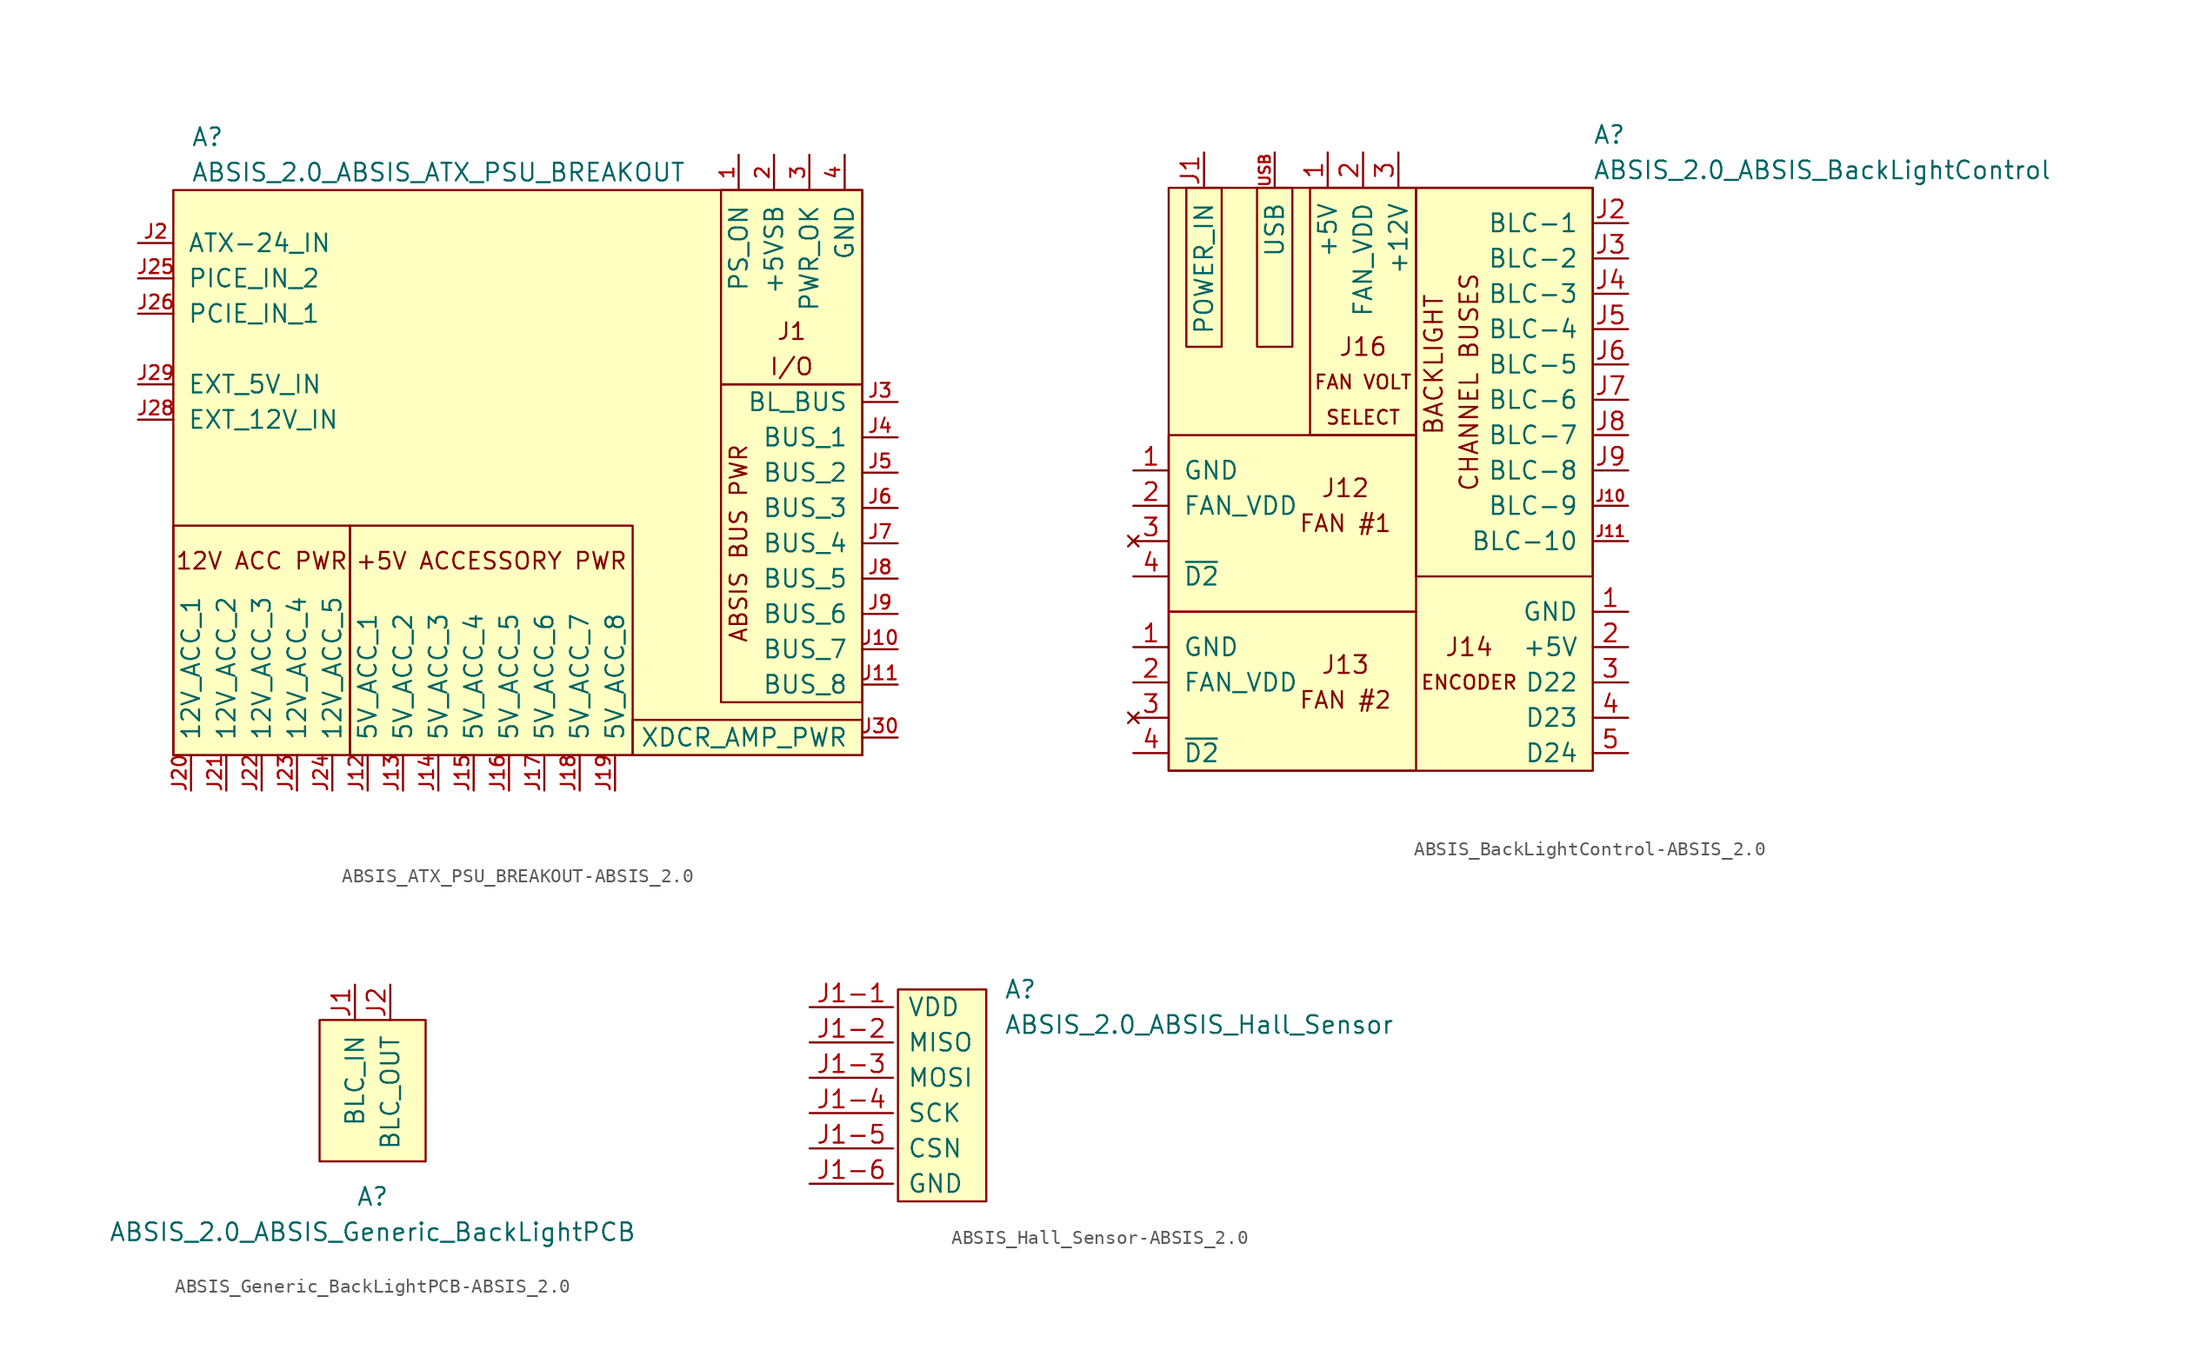
<source format=kicad_sym>
(kicad_symbol_lib
  (version 20231120)
  (generator "kicad_symbol_editor")
  (generator_version "8.0")
  (symbol "ABSIS_ATX_PSU_BREAKOUT-ABSIS_2.0"
    (pin_names
      (offset 1.016))
    (property "Reference" "A"
      (at -35.56 -11.43 0)
      (effects (font (size 1.27 1.27)) (justify left)))
    (property "Value" "ABSIS_2.0_ABSIS_ATX_PSU_BREAKOUT"
      (at -35.56 -13.97 0)
      (effects (font (size 1.27 1.27)) (justify left)))
    (symbol "ABSIS_ATX_PSU_BREAKOUT-ABSIS_2.0_0_0"
      (rectangle (start -36.83 -55.88) (end -24.13 -39.37) (stroke (width 0) (type solid)) (fill (type none)))
      (rectangle (start -24.13 -55.88) (end -3.81 -39.37) (stroke (width 0) (type solid)) (fill (type none)))
      (rectangle (start -3.81 -55.88) (end 12.7 -53.34) (stroke (width 0) (type solid)) (fill (type none)))
      (rectangle (start 2.54 -15.24) (end 12.7 -29.21) (stroke (width 0) (type solid)) (fill (type none)))
      (rectangle (start 12.7 -55.88) (end -36.83 -15.24) (stroke (width 0) (type solid)) (fill (type background)))
      (rectangle (start 12.7 -29.21) (end 2.54 -52.07) (stroke (width 0) (type solid)) (fill (type none)))
      (text "+5V ACCESSORY PWR" (at -13.97 -41.91 0) (effects (font (size 1.194 1.194))))
      (text "12V ACC PWR" (at -30.48 -41.91 0) (effects (font (size 1.194 1.194))))
      (text "ABSIS BUS PWR" (at 3.81 -40.64 900) (effects (font (size 1.194 1.194))))
      (text "I/O" (at 7.62 -27.94 0) (effects (font (size 1.194 1.194))))
      (text "J1" (at 7.62 -25.4 0) (effects (font (size 1.194 1.194))))
      (pin input line (at 3.81 -12.7 270) (length 2.54) (name "PS_ON" (effects (font (size 1.27 1.27)))) (number "1" (effects (font (size 0.991 0.991)))))
      (pin power_out line (at 6.35 -12.7 270) (length 2.54) (name "+5VSB" (effects (font (size 1.27 1.27)))) (number "2" (effects (font (size 0.991 0.991)))))
      (pin output line (at 8.89 -12.7 270) (length 2.54) (name "PWR_OK" (effects (font (size 1.27 1.27)))) (number "3" (effects (font (size 0.991 0.991)))))
      (pin power_in line (at 11.43 -12.7 270) (length 2.54) (name "GND" (effects (font (size 1.27 1.27)))) (number "4" (effects (font (size 0.991 0.991)))))
      (pin unspecified line (at 15.24 -48.26 180) (length 2.54) (name "BUS_7" (effects (font (size 1.27 1.27)))) (number "J10" (effects (font (size 0.991 0.991)))))
      (pin unspecified line (at 15.24 -50.8 180) (length 2.54) (name "BUS_8" (effects (font (size 1.27 1.27)))) (number "J11" (effects (font (size 0.991 0.991)))))
      (pin unspecified line (at -22.86 -58.42 90) (length 2.54) (name "5V_ACC_1" (effects (font (size 1.27 1.27)))) (number "J12" (effects (font (size 0.991 0.991)))))
      (pin unspecified line (at -20.32 -58.42 90) (length 2.54) (name "5V_ACC_2" (effects (font (size 1.27 1.27)))) (number "J13" (effects (font (size 0.991 0.991)))))
      (pin unspecified line (at -17.78 -58.42 90) (length 2.54) (name "5V_ACC_3" (effects (font (size 1.27 1.27)))) (number "J14" (effects (font (size 0.991 0.991)))))
      (pin unspecified line (at -15.24 -58.42 90) (length 2.54) (name "5V_ACC_4" (effects (font (size 1.27 1.27)))) (number "J15" (effects (font (size 0.991 0.991)))))
      (pin unspecified line (at -12.7 -58.42 90) (length 2.54) (name "5V_ACC_5" (effects (font (size 1.27 1.27)))) (number "J16" (effects (font (size 0.991 0.991)))))
      (pin unspecified line (at -10.16 -58.42 90) (length 2.54) (name "5V_ACC_6" (effects (font (size 1.27 1.27)))) (number "J17" (effects (font (size 0.991 0.991)))))
      (pin unspecified line (at -7.62 -58.42 90) (length 2.54) (name "5V_ACC_7" (effects (font (size 1.27 1.27)))) (number "J18" (effects (font (size 0.991 0.991)))))
      (pin unspecified line (at -5.08 -58.42 90) (length 2.54) (name "5V_ACC_8" (effects (font (size 1.27 1.27)))) (number "J19" (effects (font (size 0.991 0.991)))))
      (pin unspecified line (at -39.37 -19.05 0) (length 2.54) (name "ATX-24_IN" (effects (font (size 1.27 1.27)))) (number "J2" (effects (font (size 0.991 0.991)))))
      (pin unspecified line (at -35.56 -58.42 90) (length 2.54) (name "12V_ACC_1" (effects (font (size 1.27 1.27)))) (number "J20" (effects (font (size 0.991 0.991)))))
      (pin unspecified line (at -33.02 -58.42 90) (length 2.54) (name "12V_ACC_2" (effects (font (size 1.27 1.27)))) (number "J21" (effects (font (size 0.991 0.991)))))
      (pin unspecified line (at -30.48 -58.42 90) (length 2.54) (name "12V_ACC_3" (effects (font (size 1.27 1.27)))) (number "J22" (effects (font (size 0.991 0.991)))))
      (pin unspecified line (at -27.94 -58.42 90) (length 2.54) (name "12V_ACC_4" (effects (font (size 1.27 1.27)))) (number "J23" (effects (font (size 0.991 0.991)))))
      (pin unspecified line (at -25.4 -58.42 90) (length 2.54) (name "12V_ACC_5" (effects (font (size 1.27 1.27)))) (number "J24" (effects (font (size 0.991 0.991)))))
      (pin unspecified line (at -39.37 -21.59 0) (length 2.54) (name "PICE_IN_2" (effects (font (size 1.27 1.27)))) (number "J25" (effects (font (size 0.991 0.991)))))
      (pin unspecified line (at -39.37 -24.13 0) (length 2.54) (name "PCIE_IN_1" (effects (font (size 1.27 1.27)))) (number "J26" (effects (font (size 0.991 0.991)))))
      (pin unspecified line (at 15.24 -30.48 180) (length 2.54) (name "BL_BUS" (effects (font (size 1.27 1.27)))) (number "J3" (effects (font (size 0.991 0.991)))))
      (pin unspecified line (at 15.24 -33.02 180) (length 2.54) (name "BUS_1" (effects (font (size 1.27 1.27)))) (number "J4" (effects (font (size 0.991 0.991)))))
      (pin unspecified line (at 15.24 -35.56 180) (length 2.54) (name "BUS_2" (effects (font (size 1.27 1.27)))) (number "J5" (effects (font (size 0.991 0.991)))))
      (pin unspecified line (at 15.24 -38.1 180) (length 2.54) (name "BUS_3" (effects (font (size 1.27 1.27)))) (number "J6" (effects (font (size 0.991 0.991)))))
      (pin unspecified line (at 15.24 -40.64 180) (length 2.54) (name "BUS_4" (effects (font (size 1.27 1.27)))) (number "J7" (effects (font (size 0.991 0.991)))))
      (pin unspecified line (at 15.24 -43.18 180) (length 2.54) (name "BUS_5" (effects (font (size 1.27 1.27)))) (number "J8" (effects (font (size 0.991 0.991)))))
      (pin unspecified line (at 15.24 -45.72 180) (length 2.54) (name "BUS_6" (effects (font (size 1.27 1.27)))) (number "J9" (effects (font (size 0.991 0.991))))))
    (symbol "ABSIS_ATX_PSU_BREAKOUT-ABSIS_2.0_1_0"
      (pin unspecified line (at -39.37 -31.75 0) (length 2.54) (name "EXT_12V_IN" (effects (font (size 1.27 1.27)))) (number "J28" (effects (font (size 0.991 0.991)))))
      (pin unspecified line (at -39.37 -29.21 0) (length 2.54) (name "EXT_5V_IN" (effects (font (size 1.27 1.27)))) (number "J29" (effects (font (size 0.991 0.991)))))
      (pin unspecified line (at 15.24 -54.61 180) (length 2.54) (name "XDCR_AMP_PWR" (effects (font (size 1.27 1.27)))) (number "J30" (effects (font (size 0.991 0.991)))))))
  (symbol "ABSIS_BackLightControl-ABSIS_2.0"
    (pin_names
      (offset 1.016))
    (property "Reference" "A"
      (at 15.24 29.21 0)
      (effects (font (size 1.27 1.27)) (justify left)))
    (property "Value" "ABSIS_2.0_ABSIS_BackLightControl"
      (at 15.24 26.67 0)
      (effects (font (size 1.27 1.27)) (justify left)))
    (symbol "ABSIS_BackLightControl-ABSIS_2.0_0_0"
      (rectangle (start -15.24 -16.51) (end 15.24 25.4) (stroke (width 0) (type solid)) (fill (type background)))
      (rectangle (start -15.24 -5.08) (end 2.54 -16.51) (stroke (width 0) (type solid)) (fill (type none)))
      (rectangle (start -13.97 25.4) (end -11.43 13.97) (stroke (width 0) (type solid)) (fill (type none)))
      (rectangle (start -8.89 25.4) (end -6.35 13.97) (stroke (width 0) (type solid)) (fill (type none)))
      (rectangle (start -5.08 25.4) (end 2.54 7.62) (stroke (width 0) (type solid)) (fill (type none)))
      (rectangle (start 2.54 7.62) (end -15.24 -5.08) (stroke (width 0) (type solid)) (fill (type none)))
      (rectangle (start 2.54 25.4) (end 15.24 -2.54) (stroke (width 0) (type solid)) (fill (type none)))
      (text "BACKLIGHT" (at 3.81 12.7 900) (effects (font (size 1.27 1.27))))
      (text "CHANNEL BUSES" (at 6.35 11.43 900) (effects (font (size 1.27 1.27))))
      (text "ENCODER" (at 6.35 -10.16 0) (effects (font (size 0.991 0.991))))
      (text "FAN #1" (at -2.54 1.27 0) (effects (font (size 1.194 1.194))))
      (text "FAN #2" (at -2.54 -11.43 0) (effects (font (size 1.194 1.194))))
      (text "FAN VOLT" (at -1.27 11.43 0) (effects (font (size 0.991 0.991))))
      (text "J12" (at -2.54 3.81 0) (effects (font (size 1.27 1.27))))
      (text "J13" (at -2.54 -8.89 0) (effects (font (size 1.27 1.27))))
      (text "J14" (at 6.35 -7.62 0) (effects (font (size 1.27 1.27))))
      (text "J16" (at -1.27 13.97 0) (effects (font (size 1.27 1.27))))
      (text "SELECT" (at -1.27 8.89 0) (effects (font (size 0.991 0.991))))
      (pin unspecified line (at -3.81 27.94 270) (length 2.54) (name "+5V" (effects (font (size 1.27 1.27)))) (number "1" (effects (font (size 1.27 1.27)))))
      (pin unspecified line (at -17.78 -7.62 0) (length 2.54) (name "GND" (effects (font (size 1.27 1.27)))) (number "1" (effects (font (size 1.27 1.27)))))
      (pin unspecified line (at -17.78 5.08 0) (length 2.54) (name "GND" (effects (font (size 1.27 1.27)))) (number "1" (effects (font (size 1.27 1.27)))))
      (pin unspecified line (at 17.78 -5.08 180) (length 2.54) (name "GND" (effects (font (size 1.27 1.27)))) (number "1" (effects (font (size 1.27 1.27)))))
      (pin unspecified line (at 17.78 -7.62 180) (length 2.54) (name "+5V" (effects (font (size 1.27 1.27)))) (number "2" (effects (font (size 1.27 1.27)))))
      (pin unspecified line (at -17.78 -10.16 0) (length 2.54) (name "FAN_VDD" (effects (font (size 1.27 1.27)))) (number "2" (effects (font (size 1.27 1.27)))))
      (pin unspecified line (at -17.78 2.54 0) (length 2.54) (name "FAN_VDD" (effects (font (size 1.27 1.27)))) (number "2" (effects (font (size 1.27 1.27)))))
      (pin unspecified line (at -1.27 27.94 270) (length 2.54) (name "FAN_VDD" (effects (font (size 1.27 1.27)))) (number "2" (effects (font (size 1.27 1.27)))))
      (pin unspecified line (at 1.27 27.94 270) (length 2.54) (name "+12V" (effects (font (size 1.27 1.27)))) (number "3" (effects (font (size 1.27 1.27)))))
      (pin unspecified line (at 17.78 -10.16 180) (length 2.54) (name "D22" (effects (font (size 1.27 1.27)))) (number "3" (effects (font (size 1.27 1.27)))))
      (pin no_connect line (at -17.78 -12.7 0) (length 2.54) (name "~" (effects (font (size 1.27 1.27)))) (number "3" (effects (font (size 1.27 1.27)))))
      (pin no_connect line (at -17.78 0 0) (length 2.54) (name "~" (effects (font (size 1.27 1.27)))) (number "3" (effects (font (size 1.27 1.27)))))
      (pin unspecified line (at 17.78 -12.7 180) (length 2.54) (name "D23" (effects (font (size 1.27 1.27)))) (number "4" (effects (font (size 1.27 1.27)))))
      (pin unspecified line (at -17.78 -15.24 0) (length 2.54) (name "~{D2}" (effects (font (size 1.27 1.27)))) (number "4" (effects (font (size 1.27 1.27)))))
      (pin unspecified line (at -17.78 -2.54 0) (length 2.54) (name "~{D2}" (effects (font (size 1.27 1.27)))) (number "4" (effects (font (size 1.27 1.27)))))
      (pin unspecified line (at 17.78 -15.24 180) (length 2.54) (name "D24" (effects (font (size 1.27 1.27)))) (number "5" (effects (font (size 1.27 1.27)))))
      (pin unspecified line (at -12.7 27.94 270) (length 2.54) (name "POWER_IN" (effects (font (size 1.27 1.27)))) (number "J1" (effects (font (size 1.27 1.27)))))
      (pin bidirectional line (at 17.78 2.54 180) (length 2.54) (name "BLC-9" (effects (font (size 1.27 1.27)))) (number "J10" (effects (font (size 0.787 0.787)))))
      (pin bidirectional line (at 17.78 0 180) (length 2.54) (name "BLC-10" (effects (font (size 1.27 1.27)))) (number "J11" (effects (font (size 0.787 0.787)))))
      (pin bidirectional line (at 17.78 22.86 180) (length 2.54) (name "BLC-1" (effects (font (size 1.27 1.27)))) (number "J2" (effects (font (size 1.27 1.27)))))
      (pin bidirectional line (at 17.78 20.32 180) (length 2.54) (name "BLC-2" (effects (font (size 1.27 1.27)))) (number "J3" (effects (font (size 1.27 1.27)))))
      (pin bidirectional line (at 17.78 17.78 180) (length 2.54) (name "BLC-3" (effects (font (size 1.27 1.27)))) (number "J4" (effects (font (size 1.27 1.27)))))
      (pin bidirectional line (at 17.78 15.24 180) (length 2.54) (name "BLC-4" (effects (font (size 1.27 1.27)))) (number "J5" (effects (font (size 1.27 1.27)))))
      (pin bidirectional line (at 17.78 12.7 180) (length 2.54) (name "BLC-5" (effects (font (size 1.27 1.27)))) (number "J6" (effects (font (size 1.27 1.27)))))
      (pin bidirectional line (at 17.78 10.16 180) (length 2.54) (name "BLC-6" (effects (font (size 1.27 1.27)))) (number "J7" (effects (font (size 1.27 1.27)))))
      (pin bidirectional line (at 17.78 7.62 180) (length 2.54) (name "BLC-7" (effects (font (size 1.27 1.27)))) (number "J8" (effects (font (size 1.27 1.27)))))
      (pin bidirectional line (at 17.78 5.08 180) (length 2.54) (name "BLC-8" (effects (font (size 1.27 1.27)))) (number "J9" (effects (font (size 1.27 1.27)))))
      (pin unspecified line (at -7.62 27.94 270) (length 2.54) (name "USB" (effects (font (size 1.27 1.27)))) (number "USB" (effects (font (size 0.787 0.787)))))))
  (symbol "ABSIS_Generic_BackLightPCB-ABSIS_2.0"
    (pin_names
      (offset 1.016))
    (property "Reference" "A"
      (at 0 -8.89 0)
      (effects (font (size 1.27 1.27))))
    (property "Value" "ABSIS_2.0_ABSIS_Generic_BackLightPCB"
      (at 0 -11.43 0)
      (effects (font (size 1.27 1.27))))
    (symbol "ABSIS_Generic_BackLightPCB-ABSIS_2.0_0_0"
      (pin unspecified line (at -1.27 6.35 270) (length 2.54) (name "BLC_IN" (effects (font (size 1.27 1.27)))) (number "J1" (effects (font (size 1.27 1.27)))))
      (pin unspecified line (at 1.27 6.35 270) (length 2.54) (name "BLC_OUT" (effects (font (size 1.27 1.27)))) (number "J2" (effects (font (size 1.27 1.27))))))
    (symbol "ABSIS_Generic_BackLightPCB-ABSIS_2.0_0_1"
      (rectangle (start -3.81 3.81) (end 3.81 -6.35) (stroke (width 0) (type solid)) (fill (type background)))))
  (symbol "ABSIS_Hall_Sensor-ABSIS_2.0"
    (pin_names
      (offset 1.016))
    (property "Reference" "A"
      (at 7.62 -1.27 0)
      (effects (font (size 1.27 1.27)) (justify left)))
    (property "Value" "ABSIS_2.0_ABSIS_Hall_Sensor"
      (at 7.62 -3.81 0)
      (effects (font (size 1.27 1.27)) (justify left)))
    (symbol "ABSIS_Hall_Sensor-ABSIS_2.0_0_0"
      (pin unspecified line (at -6.35 -5.08 0) (length 5.994) (name "MISO" (effects (font (size 1.27 1.27)))) (number "J1-2" (effects (font (size 1.27 1.27)))))
      (pin unspecified line (at -6.35 -7.62 0) (length 5.994) (name "MOSI" (effects (font (size 1.27 1.27)))) (number "J1-3" (effects (font (size 1.27 1.27)))))
      (pin unspecified line (at -6.35 -10.16 0) (length 5.994) (name "SCK" (effects (font (size 1.27 1.27)))) (number "J1-4" (effects (font (size 1.27 1.27)))))
      (pin unspecified line (at -6.35 -12.7 0) (length 5.994) (name "CSN" (effects (font (size 1.27 1.27)))) (number "J1-5" (effects (font (size 1.27 1.27)))))
      (pin unspecified line (at -6.35 -15.24 0) (length 5.994) (name "GND" (effects (font (size 1.27 1.27)))) (number "J1-6" (effects (font (size 1.27 1.27))))))
    (symbol "ABSIS_Hall_Sensor-ABSIS_2.0_0_1"
      (rectangle (start 0 -1.27) (end 6.35 -16.51) (stroke (width 0) (type solid)) (fill (type background))))
    (symbol "ABSIS_Hall_Sensor-ABSIS_2.0_1_0"
      (pin unspecified line (at -6.35 -2.54 0) (length 5.994) (name "VDD" (effects (font (size 1.27 1.27)))) (number "J1-1" (effects (font (size 1.27 1.27))))))))
</source>
